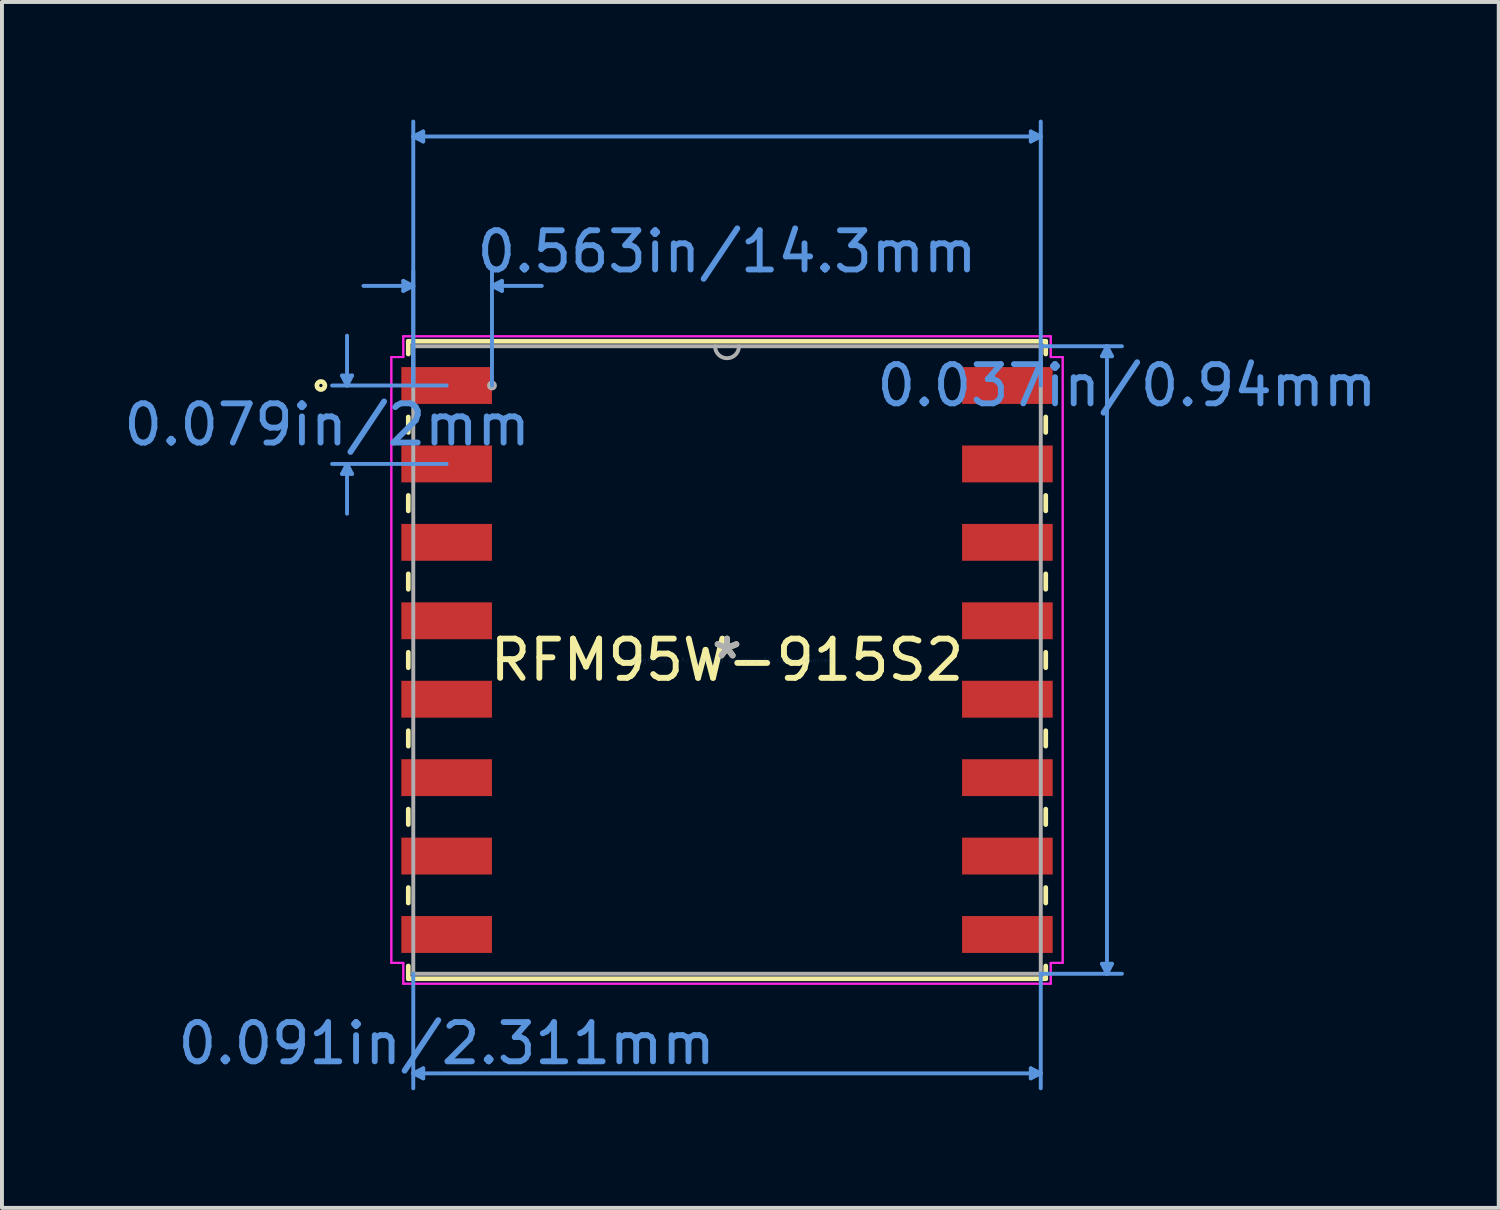
<source format=kicad_pcb>
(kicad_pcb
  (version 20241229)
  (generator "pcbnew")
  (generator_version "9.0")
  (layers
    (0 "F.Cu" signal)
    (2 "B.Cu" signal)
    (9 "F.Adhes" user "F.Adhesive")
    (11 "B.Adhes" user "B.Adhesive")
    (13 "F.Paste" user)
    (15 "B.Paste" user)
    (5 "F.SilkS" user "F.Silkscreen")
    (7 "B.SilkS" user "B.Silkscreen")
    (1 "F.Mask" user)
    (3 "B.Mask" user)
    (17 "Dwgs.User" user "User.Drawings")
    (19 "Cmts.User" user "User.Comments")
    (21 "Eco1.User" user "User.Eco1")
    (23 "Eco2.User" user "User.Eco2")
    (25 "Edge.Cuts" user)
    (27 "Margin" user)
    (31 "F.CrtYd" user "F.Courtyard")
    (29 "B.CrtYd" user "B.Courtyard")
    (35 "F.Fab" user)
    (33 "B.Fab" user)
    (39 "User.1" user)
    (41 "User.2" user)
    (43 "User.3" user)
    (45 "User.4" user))
  (footprint "RFM95W-915S2"
    (layer "F.Cu")
    (at 15.49 13.781)
    (property "Reference" "RFM95W-915S2" (at 0 0 0) (layer "F.SilkS") (effects (font (size 1 1) (thickness 0.15))))
    (attr through_hole)
    (fp_line (start -8.128 -8.128) (end -8.128 -7.803) (stroke (width 0.12) (type solid)) (layer "F.SilkS"))
    (fp_line (start -8.128 -6.197) (end -8.128 -5.803) (stroke (width 0.12) (type solid)) (layer "F.SilkS"))
    (fp_line (start -8.128 -4.197) (end -8.128 -3.803) (stroke (width 0.12) (type solid)) (layer "F.SilkS"))
    (fp_line (start -8.128 -2.197) (end -8.128 -1.803) (stroke (width 0.12) (type solid)) (layer "F.SilkS"))
    (fp_line (start -8.128 -0.197) (end -8.128 0.197) (stroke (width 0.12) (type solid)) (layer "F.SilkS"))
    (fp_line (start -8.128 1.803) (end -8.128 2.197) (stroke (width 0.12) (type solid)) (layer "F.SilkS"))
    (fp_line (start -8.128 3.803) (end -8.128 4.197) (stroke (width 0.12) (type solid)) (layer "F.SilkS"))
    (fp_line (start -8.128 5.803) (end -8.128 6.197) (stroke (width 0.12) (type solid)) (layer "F.SilkS"))
    (fp_line (start -8.128 7.803) (end -8.128 8.128) (stroke (width 0.12) (type solid)) (layer "F.SilkS"))
    (fp_line (start -8.128 8.128) (end 8.128 8.128) (stroke (width 0.12) (type solid)) (layer "F.SilkS"))
    (fp_line (start 8.128 -8.128) (end -8.128 -8.128) (stroke (width 0.12) (type solid)) (layer "F.SilkS"))
    (fp_line (start 8.128 -7.803) (end 8.128 -8.128) (stroke (width 0.12) (type solid)) (layer "F.SilkS"))
    (fp_line (start 8.128 -5.803) (end 8.128 -6.197) (stroke (width 0.12) (type solid)) (layer "F.SilkS"))
    (fp_line (start 8.128 -3.803) (end 8.128 -4.197) (stroke (width 0.12) (type solid)) (layer "F.SilkS"))
    (fp_line (start 8.128 -1.803) (end 8.128 -2.197) (stroke (width 0.12) (type solid)) (layer "F.SilkS"))
    (fp_line (start 8.128 0.197) (end 8.128 -0.197) (stroke (width 0.12) (type solid)) (layer "F.SilkS"))
    (fp_line (start 8.128 2.197) (end 8.128 1.803) (stroke (width 0.12) (type solid)) (layer "F.SilkS"))
    (fp_line (start 8.128 4.197) (end 8.128 3.803) (stroke (width 0.12) (type solid)) (layer "F.SilkS"))
    (fp_line (start 8.128 6.197) (end 8.128 5.803) (stroke (width 0.12) (type solid)) (layer "F.SilkS"))
    (fp_line (start 8.128 8.128) (end 8.128 7.803) (stroke (width 0.12) (type solid)) (layer "F.SilkS"))
    (fp_circle (center -10.357 -7) (end -10.255 -7) (stroke (width 0.12) (type solid)) (fill no) (layer "F.SilkS"))
    (fp_line (start -9.817 -7.254) (end -9.563 -7.254) (stroke (width 0.1) (type solid)) (layer "Cmts.User"))
    (fp_line (start -9.817 -4.746) (end -9.563 -4.746) (stroke (width 0.1) (type solid)) (layer "Cmts.User"))
    (fp_line (start -9.69 -7) (end -9.817 -7.254) (stroke (width 0.1) (type solid)) (layer "Cmts.User"))
    (fp_line (start -9.69 -7) (end -9.69 -8.27) (stroke (width 0.1) (type solid)) (layer "Cmts.User"))
    (fp_line (start -9.69 -7) (end -9.563 -7.254) (stroke (width 0.1) (type solid)) (layer "Cmts.User"))
    (fp_line (start -9.69 -5) (end -9.817 -4.746) (stroke (width 0.1) (type solid)) (layer "Cmts.User"))
    (fp_line (start -9.69 -5) (end -9.69 -3.73) (stroke (width 0.1) (type solid)) (layer "Cmts.User"))
    (fp_line (start -9.69 -5) (end -9.563 -4.746) (stroke (width 0.1) (type solid)) (layer "Cmts.User"))
    (fp_line (start -8.255 -9.667) (end -8.255 -9.413) (stroke (width 0.1) (type solid)) (layer "Cmts.User"))
    (fp_line (start -8.001 -13.35) (end -7.747 -13.477) (stroke (width 0.1) (type solid)) (layer "Cmts.User"))
    (fp_line (start -8.001 -13.35) (end -7.747 -13.223) (stroke (width 0.1) (type solid)) (layer "Cmts.User"))
    (fp_line (start -8.001 -13.35) (end 8.001 -13.35) (stroke (width 0.1) (type solid)) (layer "Cmts.User"))
    (fp_line (start -8.001 -9.54) (end -9.271 -9.54) (stroke (width 0.1) (type solid)) (layer "Cmts.User"))
    (fp_line (start -8.001 -9.54) (end -8.255 -9.667) (stroke (width 0.1) (type solid)) (layer "Cmts.User"))
    (fp_line (start -8.001 -9.54) (end -8.255 -9.413) (stroke (width 0.1) (type solid)) (layer "Cmts.User"))
    (fp_line (start -8.001 -7) (end -8.001 -13.731) (stroke (width 0.1) (type solid)) (layer "Cmts.User"))
    (fp_line (start -8.001 -7) (end -8.001 -9.921) (stroke (width 0.1) (type solid)) (layer "Cmts.User"))
    (fp_line (start -8.001 8.001) (end -8.001 10.922) (stroke (width 0.1) (type solid)) (layer "Cmts.User"))
    (fp_line (start -8.001 10.541) (end -7.747 10.414) (stroke (width 0.1) (type solid)) (layer "Cmts.User"))
    (fp_line (start -8.001 10.541) (end -7.747 10.668) (stroke (width 0.1) (type solid)) (layer "Cmts.User"))
    (fp_line (start -8.001 10.541) (end 8.001 10.541) (stroke (width 0.1) (type solid)) (layer "Cmts.User"))
    (fp_line (start -7.747 -13.477) (end -7.747 -13.223) (stroke (width 0.1) (type solid)) (layer "Cmts.User"))
    (fp_line (start -7.747 10.414) (end -7.747 10.668) (stroke (width 0.1) (type solid)) (layer "Cmts.User"))
    (fp_line (start -7.15 -7) (end -10.071 -7) (stroke (width 0.1) (type solid)) (layer "Cmts.User"))
    (fp_line (start -7.15 -5) (end -10.071 -5) (stroke (width 0.1) (type solid)) (layer "Cmts.User"))
    (fp_line (start -5.994 -9.54) (end -5.74 -9.667) (stroke (width 0.1) (type solid)) (layer "Cmts.User"))
    (fp_line (start -5.994 -9.54) (end -5.74 -9.413) (stroke (width 0.1) (type solid)) (layer "Cmts.User"))
    (fp_line (start -5.994 -9.54) (end -4.724 -9.54) (stroke (width 0.1) (type solid)) (layer "Cmts.User"))
    (fp_line (start -5.994 -7) (end -5.994 -9.921) (stroke (width 0.1) (type solid)) (layer "Cmts.User"))
    (fp_line (start -5.74 -9.667) (end -5.74 -9.413) (stroke (width 0.1) (type solid)) (layer "Cmts.User"))
    (fp_line (start 7.747 -13.477) (end 7.747 -13.223) (stroke (width 0.1) (type solid)) (layer "Cmts.User"))
    (fp_line (start 7.747 10.414) (end 7.747 10.668) (stroke (width 0.1) (type solid)) (layer "Cmts.User"))
    (fp_line (start 8.001 -13.35) (end 7.747 -13.477) (stroke (width 0.1) (type solid)) (layer "Cmts.User"))
    (fp_line (start 8.001 -13.35) (end 7.747 -13.223) (stroke (width 0.1) (type solid)) (layer "Cmts.User"))
    (fp_line (start 8.001 -8.001) (end 10.071 -8.001) (stroke (width 0.1) (type solid)) (layer "Cmts.User"))
    (fp_line (start 8.001 -7) (end 8.001 -13.731) (stroke (width 0.1) (type solid)) (layer "Cmts.User"))
    (fp_line (start 8.001 8.001) (end 8.001 10.922) (stroke (width 0.1) (type solid)) (layer "Cmts.User"))
    (fp_line (start 8.001 8.001) (end 10.071 8.001) (stroke (width 0.1) (type solid)) (layer "Cmts.User"))
    (fp_line (start 8.001 10.541) (end 7.747 10.414) (stroke (width 0.1) (type solid)) (layer "Cmts.User"))
    (fp_line (start 8.001 10.541) (end 7.747 10.668) (stroke (width 0.1) (type solid)) (layer "Cmts.User"))
    (fp_line (start 9.563 -7.747) (end 9.817 -7.747) (stroke (width 0.1) (type solid)) (layer "Cmts.User"))
    (fp_line (start 9.563 7.747) (end 9.817 7.747) (stroke (width 0.1) (type solid)) (layer "Cmts.User"))
    (fp_line (start 9.69 -8.001) (end 9.563 -7.747) (stroke (width 0.1) (type solid)) (layer "Cmts.User"))
    (fp_line (start 9.69 -8.001) (end 9.69 8.001) (stroke (width 0.1) (type solid)) (layer "Cmts.User"))
    (fp_line (start 9.69 -8.001) (end 9.817 -7.747) (stroke (width 0.1) (type solid)) (layer "Cmts.User"))
    (fp_line (start 9.69 8.001) (end 9.563 7.747) (stroke (width 0.1) (type solid)) (layer "Cmts.User"))
    (fp_line (start 9.69 8.001) (end 9.817 7.747) (stroke (width 0.1) (type solid)) (layer "Cmts.User"))
    (fp_line (start -8.56 -7.724) (end -8.255 -7.724) (stroke (width 0.05) (type solid)) (layer "F.CrtYd"))
    (fp_line (start -8.56 -7.724) (end -8.255 -7.724) (stroke (width 0.05) (type solid)) (layer "F.CrtYd"))
    (fp_line (start -8.56 7.724) (end -8.56 -7.724) (stroke (width 0.05) (type solid)) (layer "F.CrtYd"))
    (fp_line (start -8.56 7.724) (end -8.56 -7.724) (stroke (width 0.05) (type solid)) (layer "F.CrtYd"))
    (fp_line (start -8.56 7.724) (end -8.255 7.724) (stroke (width 0.05) (type solid)) (layer "F.CrtYd"))
    (fp_line (start -8.255 -8.255) (end 8.255 -8.255) (stroke (width 0.05) (type solid)) (layer "F.CrtYd"))
    (fp_line (start -8.255 -8.255) (end 8.255 -8.255) (stroke (width 0.05) (type solid)) (layer "F.CrtYd"))
    (fp_line (start -8.255 -7.724) (end -8.255 -8.255) (stroke (width 0.05) (type solid)) (layer "F.CrtYd"))
    (fp_line (start -8.255 -7.724) (end -8.255 -8.255) (stroke (width 0.05) (type solid)) (layer "F.CrtYd"))
    (fp_line (start -8.255 7.724) (end -8.56 7.724) (stroke (width 0.05) (type solid)) (layer "F.CrtYd"))
    (fp_line (start -8.255 8.255) (end -8.255 7.724) (stroke (width 0.05) (type solid)) (layer "F.CrtYd"))
    (fp_line (start -8.255 8.255) (end -8.255 7.724) (stroke (width 0.05) (type solid)) (layer "F.CrtYd"))
    (fp_line (start 8.255 -8.255) (end 8.255 -7.724) (stroke (width 0.05) (type solid)) (layer "F.CrtYd"))
    (fp_line (start 8.255 -8.255) (end 8.255 -7.724) (stroke (width 0.05) (type solid)) (layer "F.CrtYd"))
    (fp_line (start 8.255 -7.724) (end 8.56 -7.724) (stroke (width 0.05) (type solid)) (layer "F.CrtYd"))
    (fp_line (start 8.255 7.724) (end 8.255 8.255) (stroke (width 0.05) (type solid)) (layer "F.CrtYd"))
    (fp_line (start 8.255 7.724) (end 8.255 8.255) (stroke (width 0.05) (type solid)) (layer "F.CrtYd"))
    (fp_line (start 8.255 8.255) (end -8.255 8.255) (stroke (width 0.05) (type solid)) (layer "F.CrtYd"))
    (fp_line (start 8.255 8.255) (end -8.255 8.255) (stroke (width 0.05) (type solid)) (layer "F.CrtYd"))
    (fp_line (start 8.56 -7.724) (end 8.255 -7.724) (stroke (width 0.05) (type solid)) (layer "F.CrtYd"))
    (fp_line (start 8.56 -7.724) (end 8.56 7.724) (stroke (width 0.05) (type solid)) (layer "F.CrtYd"))
    (fp_line (start 8.56 -7.724) (end 8.56 7.724) (stroke (width 0.05) (type solid)) (layer "F.CrtYd"))
    (fp_line (start 8.56 7.724) (end 8.255 7.724) (stroke (width 0.05) (type solid)) (layer "F.CrtYd"))
    (fp_line (start 8.56 7.724) (end 8.255 7.724) (stroke (width 0.05) (type solid)) (layer "F.CrtYd"))
    (fp_line (start -8.001 -8.001) (end -8.001 8.001) (stroke (width 0.1) (type solid)) (layer "F.Fab"))
    (fp_line (start -8.001 8.001) (end 8.001 8.001) (stroke (width 0.1) (type solid)) (layer "F.Fab"))
    (fp_line (start 8.001 -8.001) (end -8.001 -8.001) (stroke (width 0.1) (type solid)) (layer "F.Fab"))
    (fp_line (start 8.001 8.001) (end 8.001 -8.001) (stroke (width 0.1) (type solid)) (layer "F.Fab"))
    (fp_arc (start 0.3048 -8.001) (mid 0 -7.6962) (end -0.3048 -8.001) (stroke (width 0.1) (type solid)) (layer "F.Fab"))
    (fp_circle (center -5.994 -7) (end -5.918 -7) (stroke (width 0.1) (type solid)) (fill no) (layer "F.Fab"))
    (fp_text user "*" (at 0 0 0) (layer "F.SilkS") (effects (font (size 1 1) (thickness 0.15))))
    (fp_text user "Copyright 2021 Accelerated Designs. All rights reserved." (at 0 0 0) (layer "Cmts.User") (effects (font (size 0.127 0.127) (thickness 0.002))))
    (fp_text user "0.079in/2mm" (at -10.198 -6 0) (layer "Cmts.User") (effects (font (size 1 1) (thickness 0.15))))
    (fp_text user "0.091in/2.311mm" (at -7.15 9.779 0) (layer "Cmts.User") (effects (font (size 1 1) (thickness 0.15))))
    (fp_text user "0.037in/0.94mm" (at 10.198 -7 0) (layer "Cmts.User") (effects (font (size 1 1) (thickness 0.15))))
    (fp_text user "0.563in/14.3mm" (at 0 -10.414 0) (layer "Cmts.User") (effects (font (size 1 1) (thickness 0.15))))
    (fp_text user "*" (at 0 0 0) (layer "F.Fab") (effects (font (size 1 1) (thickness 0.15))))
    (pad "1" smd rect (at -7.15 -7) (size 2.311 0.94) (layers "F.Cu" "F.Mask" "F.Paste"))
    (pad "2" smd rect (at -7.15 -5) (size 2.311 0.94) (layers "F.Cu" "F.Mask" "F.Paste"))
    (pad "3" smd rect (at -7.15 -3) (size 2.311 0.94) (layers "F.Cu" "F.Mask" "F.Paste"))
    (pad "4" smd rect (at -7.15 -1) (size 2.311 0.94) (layers "F.Cu" "F.Mask" "F.Paste"))
    (pad "5" smd rect (at -7.15 1) (size 2.311 0.94) (layers "F.Cu" "F.Mask" "F.Paste"))
    (pad "6" smd rect (at -7.15 3) (size 2.311 0.94) (layers "F.Cu" "F.Mask" "F.Paste"))
    (pad "7" smd rect (at -7.15 5) (size 2.311 0.94) (layers "F.Cu" "F.Mask" "F.Paste"))
    (pad "8" smd rect (at -7.15 7) (size 2.311 0.94) (layers "F.Cu" "F.Mask" "F.Paste"))
    (pad "9" smd rect (at 7.15 7) (size 2.311 0.94) (layers "F.Cu" "F.Mask" "F.Paste"))
    (pad "10" smd rect (at 7.15 5) (size 2.311 0.94) (layers "F.Cu" "F.Mask" "F.Paste"))
    (pad "11" smd rect (at 7.15 3) (size 2.311 0.94) (layers "F.Cu" "F.Mask" "F.Paste"))
    (pad "12" smd rect (at 7.15 1) (size 2.311 0.94) (layers "F.Cu" "F.Mask" "F.Paste"))
    (pad "13" smd rect (at 7.15 -1) (size 2.311 0.94) (layers "F.Cu" "F.Mask" "F.Paste"))
    (pad "14" smd rect (at 7.15 -3) (size 2.311 0.94) (layers "F.Cu" "F.Mask" "F.Paste"))
    (pad "15" smd rect (at 7.15 -5) (size 2.311 0.94) (layers "F.Cu" "F.Mask" "F.Paste"))
    (pad "16" smd rect (at 7.15 -7) (size 2.311 0.94) (layers "F.Cu" "F.Mask" "F.Paste")))
  (gr_rect
    (start -3 -3)
    (end 35.17 27.753)
    (stroke (width 0.1) (type default))
    (fill no)
    (layer "Edge.Cuts")))
</source>
